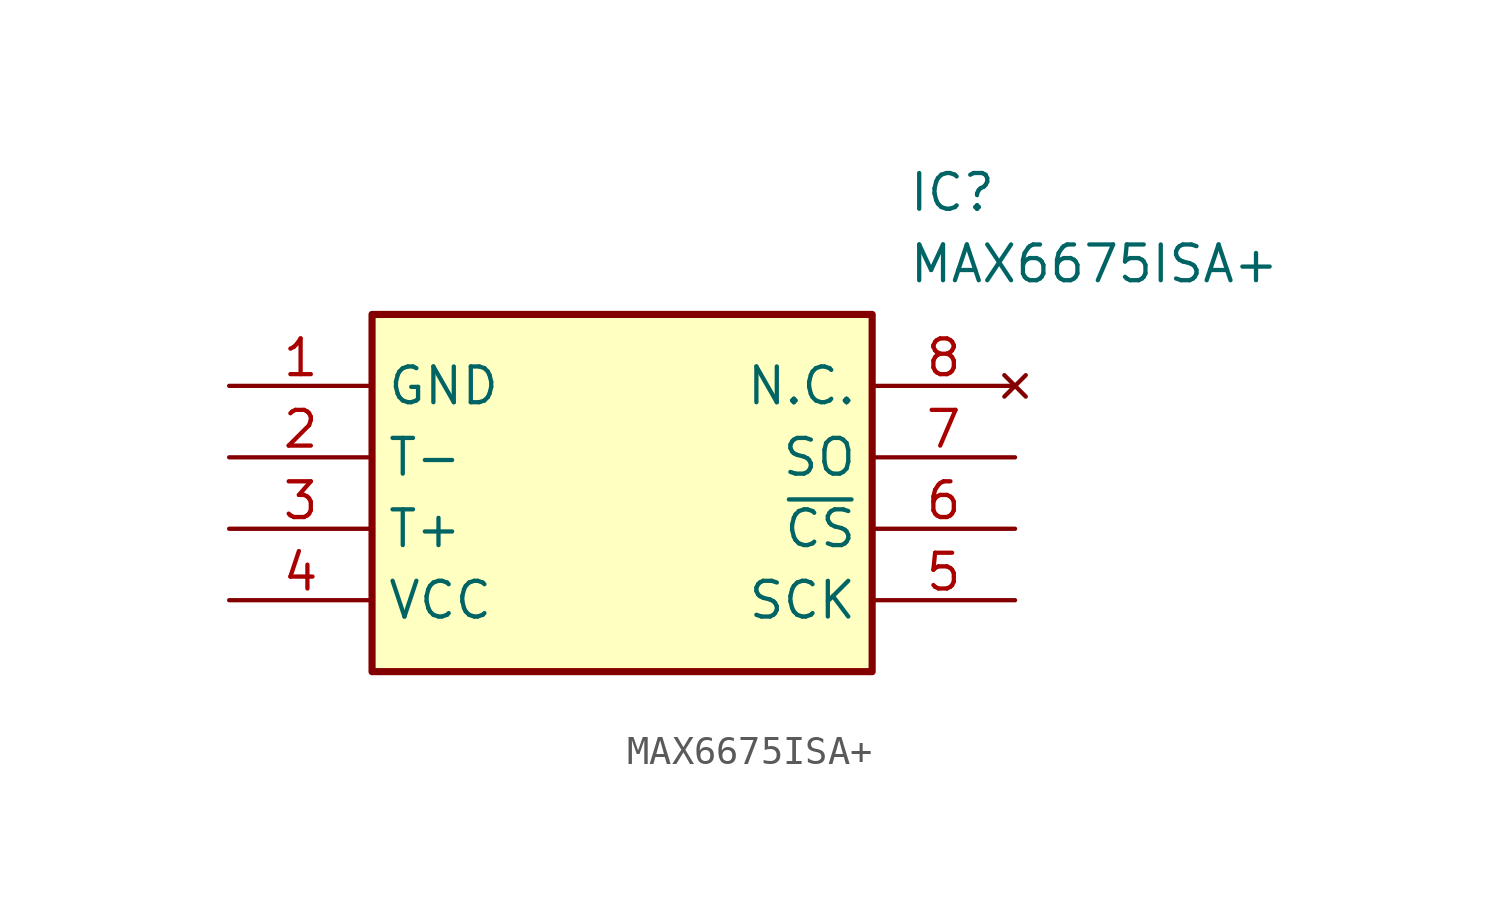
<source format=kicad_sym>
(kicad_symbol_lib
  (version 20211014)
  (generator SamacSys_ECAD_Model)
  (symbol "MAX6675ISA+"
    (property "Reference" "IC"
      (at 24.13 7.62 0)
      (effects (font (size 1.27 1.27)) (justify left top)))
    (property "Value" "MAX6675ISA+"
      (at 24.13 5.08 0)
      (effects (font (size 1.27 1.27)) (justify left top)))
    (rectangle
      (start 5.08 2.54)
      (end 22.86 -10.16)
      (stroke (width 0.254) (type default))
      (fill (type background)))
    (pin passive line
      (at 0 0 0)
      (length 5.08)
      (name "GND" (effects (font (size 1.27 1.27))))
      (number "1" (effects (font (size 1.27 1.27)))))
    (pin passive line
      (at 0 -2.54 0)
      (length 5.08)
      (name "T-" (effects (font (size 1.27 1.27))))
      (number "2" (effects (font (size 1.27 1.27)))))
    (pin passive line
      (at 0 -5.08 0)
      (length 5.08)
      (name "T+" (effects (font (size 1.27 1.27))))
      (number "3" (effects (font (size 1.27 1.27)))))
    (pin passive line
      (at 0 -7.62 0)
      (length 5.08)
      (name "VCC" (effects (font (size 1.27 1.27))))
      (number "4" (effects (font (size 1.27 1.27)))))
    (pin no_connect line
      (at 27.94 0 180)
      (length 5.08)
      (name "N.C." (effects (font (size 1.27 1.27))))
      (number "8" (effects (font (size 1.27 1.27)))))
    (pin passive line
      (at 27.94 -2.54 180)
      (length 5.08)
      (name "SO" (effects (font (size 1.27 1.27))))
      (number "7" (effects (font (size 1.27 1.27)))))
    (pin passive line
      (at 27.94 -5.08 180)
      (length 5.08)
      (name "~{CS}" (effects (font (size 1.27 1.27))))
      (number "6" (effects (font (size 1.27 1.27)))))
    (pin passive line
      (at 27.94 -7.62 180)
      (length 5.08)
      (name "SCK" (effects (font (size 1.27 1.27))))
      (number "5" (effects (font (size 1.27 1.27)))))))
</source>
